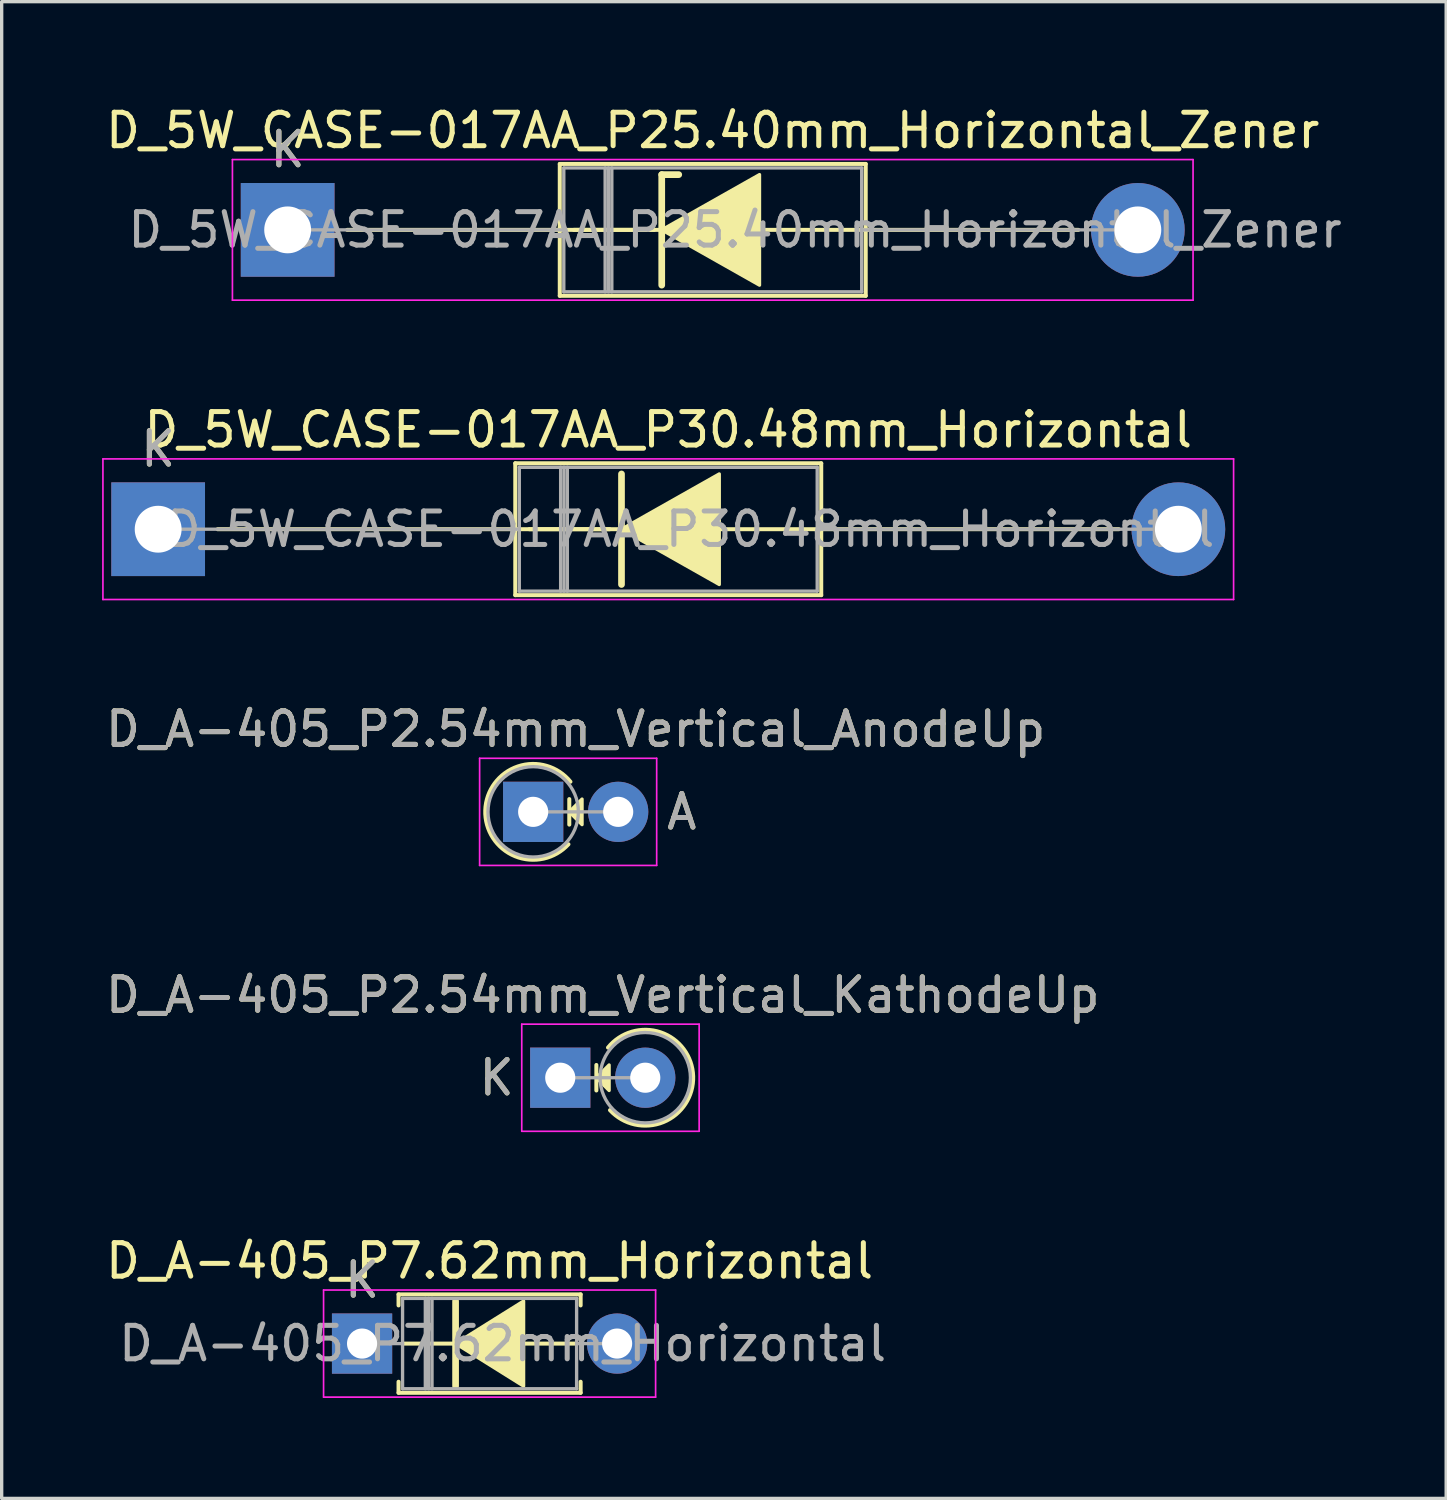
<source format=kicad_pcb>
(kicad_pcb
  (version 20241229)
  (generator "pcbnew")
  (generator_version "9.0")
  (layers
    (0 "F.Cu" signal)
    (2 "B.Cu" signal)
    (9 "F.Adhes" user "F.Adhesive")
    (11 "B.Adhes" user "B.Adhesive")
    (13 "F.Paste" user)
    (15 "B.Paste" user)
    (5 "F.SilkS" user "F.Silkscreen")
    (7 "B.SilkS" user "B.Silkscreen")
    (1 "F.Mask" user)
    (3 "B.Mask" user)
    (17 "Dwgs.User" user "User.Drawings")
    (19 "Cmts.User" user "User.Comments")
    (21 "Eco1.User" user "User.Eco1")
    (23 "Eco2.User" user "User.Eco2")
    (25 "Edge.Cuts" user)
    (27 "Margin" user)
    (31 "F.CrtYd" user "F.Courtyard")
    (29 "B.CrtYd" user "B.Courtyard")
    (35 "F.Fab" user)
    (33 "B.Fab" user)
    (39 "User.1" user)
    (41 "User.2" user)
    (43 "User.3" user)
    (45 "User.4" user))
  (footprint "D_A-405_P2.54mm_Vertical_KathodeUp"
    (layer "F.Cu")
    (at 13.688 29.148)
    (property "Reference" "D_A-405_P2.54mm_Vertical_KathodeUp" (at 1.27 -2.47 0) (layer "F.SilkS") (effects (font (size 1 1) (thickness 0.15))))
    (attr through_hole)
    (fp_line (start 1.079 -0.381) (end 1.079 0.381) (stroke (width 0.12) (type solid)) (layer "F.SilkS"))
    (fp_arc (start 1.426761 -0.9) (mid 3.970816 -0.045469) (end 1.48615 0.968866) (stroke (width 0.12) (type solid)) (layer "F.SilkS"))
    (fp_poly (pts (xy 1.46 0.381) (xy 1.079 0) (xy 1.46 -0.381)) (stroke (width 0.1) (type solid)) (fill yes) (layer "F.SilkS"))
    (fp_line (start -1.15 -1.6) (end -1.15 1.6) (stroke (width 0.05) (type solid)) (layer "F.CrtYd"))
    (fp_line (start -1.15 1.6) (end 4.15 1.6) (stroke (width 0.05) (type solid)) (layer "F.CrtYd"))
    (fp_line (start 4.15 -1.6) (end -1.15 -1.6) (stroke (width 0.05) (type solid)) (layer "F.CrtYd"))
    (fp_line (start 4.15 1.6) (end 4.15 -1.6) (stroke (width 0.05) (type solid)) (layer "F.CrtYd"))
    (fp_line (start 0 0) (end 2.54 0) (stroke (width 0.1) (type solid)) (layer "F.Fab"))
    (fp_circle (center 2.54 0) (end 3.89 0) (stroke (width 0.1) (type solid)) (fill no) (layer "F.Fab"))
    (fp_text user "K" (at -1.9 0 0) (layer "F.SilkS") (effects (font (size 1 1) (thickness 0.15))))
    (fp_text user "${REFERENCE}" (at 1.27 -2.47 0) (layer "F.Fab") (effects (font (size 1 1) (thickness 0.15))))
    (fp_text user "K" (at -1.9 0 0) (layer "F.Fab") (effects (font (size 1 1) (thickness 0.15))))
    (pad "1" thru_hole rect (at 0 0) (size 1.8 1.8) (drill 0.9) (layers "*.Cu" "*.Mask"))
    (pad "2" thru_hole oval (at 2.54 0) (size 1.8 1.8) (drill 0.9) (layers "*.Cu" "*.Mask")))
  (footprint "D_A-405_P2.54mm_Vertical_AnodeUp"
    (layer "F.Cu")
    (at 12.879 21.205)
    (property "Reference" "D_A-405_P2.54mm_Vertical_AnodeUp" (at 1.27 -2.47 0) (layer "F.SilkS") (effects (font (size 1 1) (thickness 0.15))))
    (attr through_hole)
    (fp_line (start 1.079 -0.381) (end 1.079 0.381) (stroke (width 0.12) (type solid)) (layer "F.SilkS"))
    (fp_arc (start 1.05385 0.968866) (mid -1.430816 -0.045469) (end 1.113239 -0.9) (stroke (width 0.12) (type solid)) (layer "F.SilkS"))
    (fp_poly (pts (xy 1.46 0.381) (xy 1.079 0) (xy 1.46 -0.381)) (stroke (width 0.1) (type solid)) (fill yes) (layer "F.SilkS"))
    (fp_line (start -1.6 -1.6) (end -1.6 1.6) (stroke (width 0.05) (type solid)) (layer "F.CrtYd"))
    (fp_line (start -1.6 1.6) (end 3.69 1.6) (stroke (width 0.05) (type solid)) (layer "F.CrtYd"))
    (fp_line (start 3.69 -1.6) (end -1.6 -1.6) (stroke (width 0.05) (type solid)) (layer "F.CrtYd"))
    (fp_line (start 3.69 1.6) (end 3.69 -1.6) (stroke (width 0.05) (type solid)) (layer "F.CrtYd"))
    (fp_line (start 0 0) (end 2.54 0) (stroke (width 0.1) (type solid)) (layer "F.Fab"))
    (fp_circle (center 0 0) (end 1.35 0) (stroke (width 0.1) (type solid)) (fill no) (layer "F.Fab"))
    (fp_text user "A" (at 4.44 0 0) (layer "F.SilkS") (effects (font (size 1 1) (thickness 0.15))))
    (fp_text user "A" (at 4.44 0 0) (layer "F.Fab") (effects (font (size 1 1) (thickness 0.15))))
    (fp_text user "${REFERENCE}" (at 1.27 -2.47 0) (layer "F.Fab") (effects (font (size 1 1) (thickness 0.15))))
    (pad "1" thru_hole rect (at 0 0) (size 1.8 1.8) (drill 0.9) (layers "*.Cu" "*.Mask"))
    (pad "2" thru_hole oval (at 2.54 0) (size 1.8 1.8) (drill 0.9) (layers "*.Cu" "*.Mask")))
  (footprint "D_5W_CASE-017AA_P30.48mm_Horizontal"
    (layer "F.Cu")
    (at 1.675 12.761)
    (property "Reference" "D_5W_CASE-017AA_P30.48mm_Horizontal" (at 15.24 -2.97 0) (layer "F.SilkS") (effects (font (size 1 1) (thickness 0.15))))
    (fp_line (start 1.778 0) (end 13.843 0) (stroke (width 0.12) (type solid)) (layer "F.SilkS"))
    (fp_line (start 10.67 -1.97) (end 10.67 1.97) (stroke (width 0.12) (type solid)) (layer "F.SilkS"))
    (fp_line (start 10.67 1.97) (end 19.81 1.97) (stroke (width 0.12) (type solid)) (layer "F.SilkS"))
    (fp_line (start 13.49 0) (end 11.09 0) (stroke (width 0.12) (type solid)) (layer "F.SilkS"))
    (fp_line (start 13.843 -1.651) (end 13.843 1.651) (stroke (width 0.2) (type solid)) (layer "F.SilkS"))
    (fp_line (start 19.81 -1.97) (end 10.67 -1.97) (stroke (width 0.12) (type solid)) (layer "F.SilkS"))
    (fp_line (start 19.81 1.97) (end 19.81 -1.97) (stroke (width 0.12) (type solid)) (layer "F.SilkS"))
    (fp_line (start 28.702 0) (end 16.51 0) (stroke (width 0.12) (type solid)) (layer "F.SilkS"))
    (fp_poly (pts (xy 16.764 1.651) (xy 13.843 0) (xy 16.764 -1.651)) (stroke (width 0.1) (type solid)) (fill yes) (layer "F.SilkS"))
    (fp_line (start -1.65 -2.1) (end -1.65 2.1) (stroke (width 0.05) (type solid)) (layer "F.CrtYd"))
    (fp_line (start -1.65 2.1) (end 32.13 2.1) (stroke (width 0.05) (type solid)) (layer "F.CrtYd"))
    (fp_line (start 32.13 -2.1) (end -1.65 -2.1) (stroke (width 0.05) (type solid)) (layer "F.CrtYd"))
    (fp_line (start 32.13 2.1) (end 32.13 -2.1) (stroke (width 0.05) (type solid)) (layer "F.CrtYd"))
    (fp_line (start 0 0) (end 10.79 0) (stroke (width 0.1) (type solid)) (layer "F.Fab"))
    (fp_line (start 10.79 -1.85) (end 10.79 1.85) (stroke (width 0.1) (type solid)) (layer "F.Fab"))
    (fp_line (start 10.79 1.85) (end 19.69 1.85) (stroke (width 0.1) (type solid)) (layer "F.Fab"))
    (fp_line (start 12.025 -1.85) (end 12.025 1.85) (stroke (width 0.1) (type solid)) (layer "F.Fab"))
    (fp_line (start 12.125 -1.85) (end 12.125 1.85) (stroke (width 0.1) (type solid)) (layer "F.Fab"))
    (fp_line (start 12.225 -1.85) (end 12.225 1.85) (stroke (width 0.1) (type solid)) (layer "F.Fab"))
    (fp_line (start 19.69 -1.85) (end 10.79 -1.85) (stroke (width 0.1) (type solid)) (layer "F.Fab"))
    (fp_line (start 19.69 1.85) (end 19.69 -1.85) (stroke (width 0.1) (type solid)) (layer "F.Fab"))
    (fp_line (start 30.48 0) (end 19.69 0) (stroke (width 0.1) (type solid)) (layer "F.Fab"))
    (fp_text user "K" (at 0 -2.4 0) (layer "F.SilkS") (effects (font (size 1 1) (thickness 0.15))))
    (fp_text user "${REFERENCE}" (at 15.908 0 0) (layer "F.Fab") (effects (font (size 1 1) (thickness 0.15))))
    (fp_text user "K" (at 0 -2.4 0) (layer "F.Fab") (effects (font (size 1 1) (thickness 0.15))))
    (pad "1" thru_hole rect (at 0 0) (size 2.8 2.8) (drill 1.4) (layers "*.Cu" "*.Mask"))
    (pad "2" thru_hole oval (at 30.48 0) (size 2.8 2.8) (drill 1.4) (layers "*.Cu" "*.Mask")))
  (footprint "D_A-405_P7.62mm_Horizontal"
    (layer "F.Cu")
    (at 7.767 37.091)
    (property "Reference" "D_A-405_P7.62mm_Horizontal" (at 3.81 -2.47 0) (layer "F.SilkS") (effects (font (size 1 1) (thickness 0.15))))
    (attr through_hole)
    (fp_line (start 1.09 -1.47) (end 6.53 -1.47) (stroke (width 0.12) (type solid)) (layer "F.SilkS"))
    (fp_line (start 1.09 -1.14) (end 1.09 -1.47) (stroke (width 0.12) (type solid)) (layer "F.SilkS"))
    (fp_line (start 1.09 1.14) (end 1.09 1.47) (stroke (width 0.12) (type solid)) (layer "F.SilkS"))
    (fp_line (start 1.09 1.47) (end 6.53 1.47) (stroke (width 0.12) (type solid)) (layer "F.SilkS"))
    (fp_line (start 1.2 0) (end 2.794 0) (stroke (width 0.12) (type solid)) (layer "F.SilkS"))
    (fp_line (start 2.794 -1.27) (end 2.794 1.27) (stroke (width 0.2) (type solid)) (layer "F.SilkS"))
    (fp_line (start 6.4 0) (end 4.826 0) (stroke (width 0.12) (type solid)) (layer "F.SilkS"))
    (fp_line (start 6.53 -1.47) (end 6.53 -1.14) (stroke (width 0.12) (type solid)) (layer "F.SilkS"))
    (fp_line (start 6.53 1.47) (end 6.53 1.14) (stroke (width 0.12) (type solid)) (layer "F.SilkS"))
    (fp_poly (pts (xy 4.826 1.27) (xy 2.794 0) (xy 4.826 -1.27)) (stroke (width 0.1) (type solid)) (fill yes) (layer "F.SilkS"))
    (fp_line (start -1.15 -1.6) (end -1.15 1.6) (stroke (width 0.05) (type solid)) (layer "F.CrtYd"))
    (fp_line (start -1.15 1.6) (end 8.77 1.6) (stroke (width 0.05) (type solid)) (layer "F.CrtYd"))
    (fp_line (start 8.77 -1.6) (end -1.15 -1.6) (stroke (width 0.05) (type solid)) (layer "F.CrtYd"))
    (fp_line (start 8.77 1.6) (end 8.77 -1.6) (stroke (width 0.05) (type solid)) (layer "F.CrtYd"))
    (fp_line (start 0 0) (end 1.21 0) (stroke (width 0.1) (type solid)) (layer "F.Fab"))
    (fp_line (start 1.21 -1.35) (end 1.21 1.35) (stroke (width 0.1) (type solid)) (layer "F.Fab"))
    (fp_line (start 1.21 1.35) (end 6.41 1.35) (stroke (width 0.1) (type solid)) (layer "F.Fab"))
    (fp_line (start 1.89 -1.35) (end 1.89 1.35) (stroke (width 0.1) (type solid)) (layer "F.Fab"))
    (fp_line (start 1.99 -1.35) (end 1.99 1.35) (stroke (width 0.1) (type solid)) (layer "F.Fab"))
    (fp_line (start 2.09 -1.35) (end 2.09 1.35) (stroke (width 0.1) (type solid)) (layer "F.Fab"))
    (fp_line (start 6.41 -1.35) (end 1.21 -1.35) (stroke (width 0.1) (type solid)) (layer "F.Fab"))
    (fp_line (start 6.41 1.35) (end 6.41 -1.35) (stroke (width 0.1) (type solid)) (layer "F.Fab"))
    (fp_line (start 7.62 0) (end 6.41 0) (stroke (width 0.1) (type solid)) (layer "F.Fab"))
    (fp_text user "K" (at 0 -1.9 0) (layer "F.SilkS") (effects (font (size 1 1) (thickness 0.15))))
    (fp_text user "K" (at 0 -1.9 0) (layer "F.Fab") (effects (font (size 1 1) (thickness 0.15))))
    (fp_text user "${REFERENCE}" (at 4.2 0 0) (layer "F.Fab") (effects (font (size 1 1) (thickness 0.15))))
    (pad "1" thru_hole rect (at 0 0) (size 1.8 1.8) (drill 0.9) (layers "*.Cu" "*.Mask"))
    (pad "2" thru_hole oval (at 7.62 0) (size 1.8 1.8) (drill 0.9) (layers "*.Cu" "*.Mask")))
  (footprint "D_5W_CASE-017AA_P25.40mm_Horizontal_Zener"
    (layer "F.Cu")
    (at 5.544 3.818)
    (property "Reference" "D_5W_CASE-017AA_P25.40mm_Horizontal_Zener" (at 12.7 -2.97 0) (layer "F.SilkS") (effects (font (size 1 1) (thickness 0.15))))
    (fp_line (start 1.778 0) (end 10.95 0) (stroke (width 0.12) (type solid)) (layer "F.SilkS"))
    (fp_line (start 8.13 -1.97) (end 8.13 1.97) (stroke (width 0.12) (type solid)) (layer "F.SilkS"))
    (fp_line (start 8.13 1.97) (end 17.27 1.97) (stroke (width 0.12) (type solid)) (layer "F.SilkS"))
    (fp_line (start 11.176 -1.651) (end 11.176 1.651) (stroke (width 0.2) (type solid)) (layer "F.SilkS"))
    (fp_line (start 11.176 -1.651) (end 11.684 -1.651) (stroke (width 0.2) (type solid)) (layer "F.SilkS"))
    (fp_line (start 11.176 0) (end 8.55 0) (stroke (width 0.12) (type solid)) (layer "F.SilkS"))
    (fp_line (start 17.27 -1.97) (end 8.13 -1.97) (stroke (width 0.12) (type solid)) (layer "F.SilkS"))
    (fp_line (start 17.27 1.97) (end 17.27 -1.97) (stroke (width 0.12) (type solid)) (layer "F.SilkS"))
    (fp_line (start 23.622 0) (end 13.97 0) (stroke (width 0.12) (type solid)) (layer "F.SilkS"))
    (fp_poly (pts (xy 14.097 1.651) (xy 11.176 0) (xy 14.097 -1.651)) (stroke (width 0.1) (type solid)) (fill yes) (layer "F.SilkS"))
    (fp_line (start -1.65 -2.1) (end -1.65 2.1) (stroke (width 0.05) (type solid)) (layer "F.CrtYd"))
    (fp_line (start -1.65 2.1) (end 27.05 2.1) (stroke (width 0.05) (type solid)) (layer "F.CrtYd"))
    (fp_line (start 27.05 -2.1) (end -1.65 -2.1) (stroke (width 0.05) (type solid)) (layer "F.CrtYd"))
    (fp_line (start 27.05 2.1) (end 27.05 -2.1) (stroke (width 0.05) (type solid)) (layer "F.CrtYd"))
    (fp_line (start 0 0) (end 8.25 0) (stroke (width 0.1) (type solid)) (layer "F.Fab"))
    (fp_line (start 8.25 -1.85) (end 8.25 1.85) (stroke (width 0.1) (type solid)) (layer "F.Fab"))
    (fp_line (start 8.25 1.85) (end 17.15 1.85) (stroke (width 0.1) (type solid)) (layer "F.Fab"))
    (fp_line (start 9.485 -1.85) (end 9.485 1.85) (stroke (width 0.1) (type solid)) (layer "F.Fab"))
    (fp_line (start 9.585 -1.85) (end 9.585 1.85) (stroke (width 0.1) (type solid)) (layer "F.Fab"))
    (fp_line (start 9.685 -1.85) (end 9.685 1.85) (stroke (width 0.1) (type solid)) (layer "F.Fab"))
    (fp_line (start 17.15 -1.85) (end 8.25 -1.85) (stroke (width 0.1) (type solid)) (layer "F.Fab"))
    (fp_line (start 17.15 1.85) (end 17.15 -1.85) (stroke (width 0.1) (type solid)) (layer "F.Fab"))
    (fp_line (start 25.4 0) (end 17.15 0) (stroke (width 0.1) (type solid)) (layer "F.Fab"))
    (fp_text user "K" (at 0 -2.4 0) (layer "F.SilkS") (effects (font (size 1 1) (thickness 0.15))))
    (fp_text user "${REFERENCE}" (at 13.367 0 0) (layer "F.Fab") (effects (font (size 1 1) (thickness 0.15))))
    (fp_text user "K" (at 0 -2.4 0) (layer "F.Fab") (effects (font (size 1 1) (thickness 0.15))))
    (pad "1" thru_hole rect (at 0 0) (size 2.8 2.8) (drill 1.4) (layers "*.Cu" "*.Mask"))
    (pad "2" thru_hole oval (at 25.4 0) (size 2.8 2.8) (drill 1.4) (layers "*.Cu" "*.Mask")))
  (gr_rect
    (start -3 -3)
    (end 40.156 41.716)
    (stroke (width 0.1) (type default))
    (fill no)
    (layer "Edge.Cuts")))
</source>
